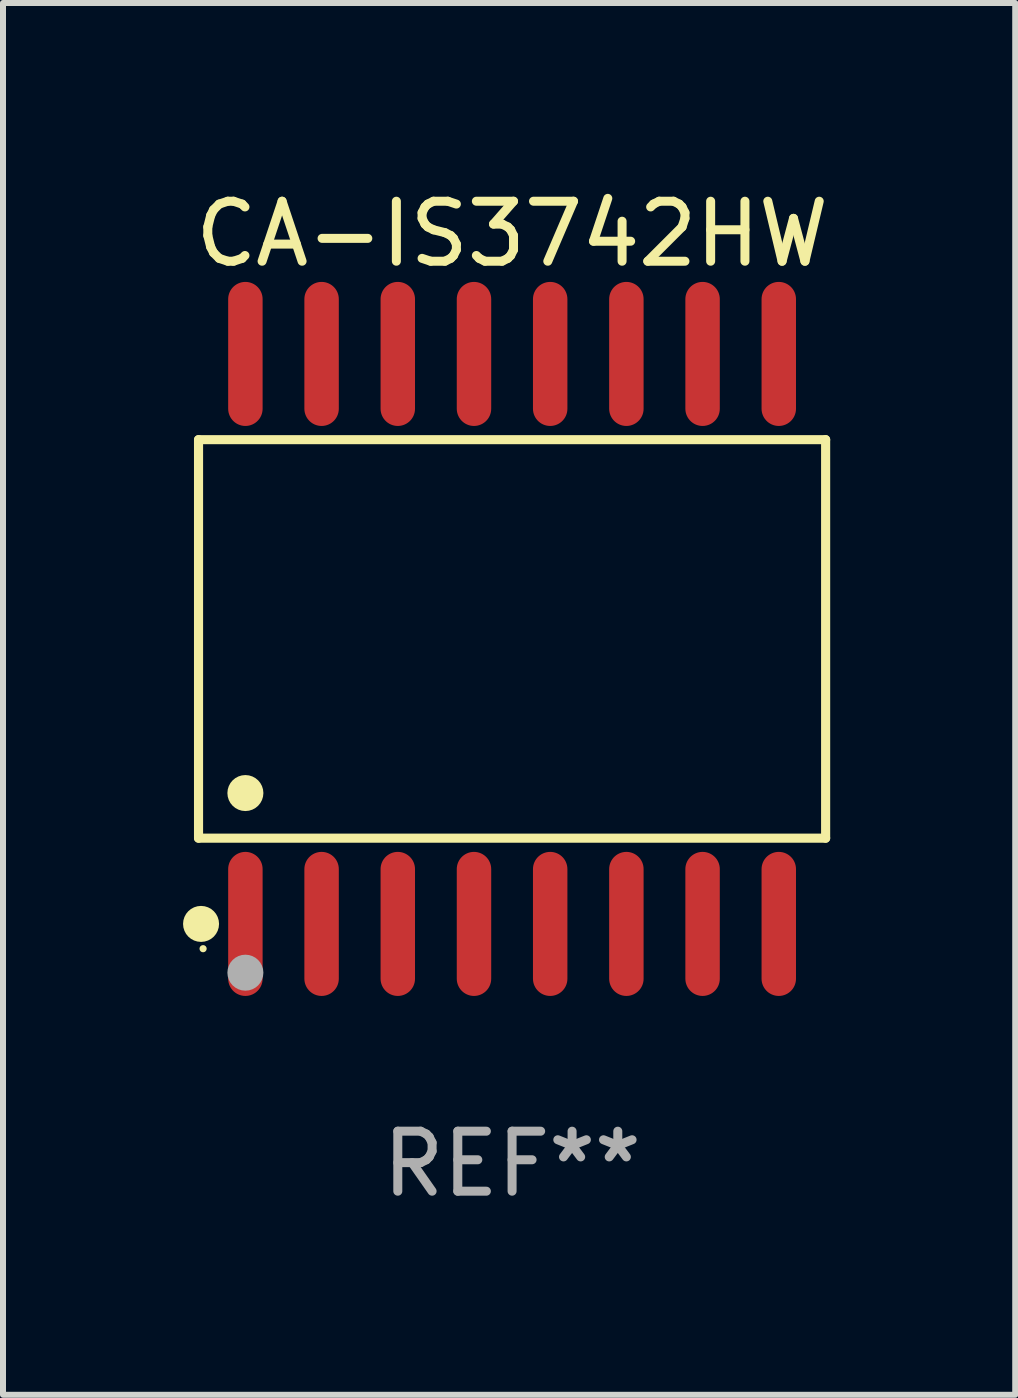
<source format=kicad_pcb>
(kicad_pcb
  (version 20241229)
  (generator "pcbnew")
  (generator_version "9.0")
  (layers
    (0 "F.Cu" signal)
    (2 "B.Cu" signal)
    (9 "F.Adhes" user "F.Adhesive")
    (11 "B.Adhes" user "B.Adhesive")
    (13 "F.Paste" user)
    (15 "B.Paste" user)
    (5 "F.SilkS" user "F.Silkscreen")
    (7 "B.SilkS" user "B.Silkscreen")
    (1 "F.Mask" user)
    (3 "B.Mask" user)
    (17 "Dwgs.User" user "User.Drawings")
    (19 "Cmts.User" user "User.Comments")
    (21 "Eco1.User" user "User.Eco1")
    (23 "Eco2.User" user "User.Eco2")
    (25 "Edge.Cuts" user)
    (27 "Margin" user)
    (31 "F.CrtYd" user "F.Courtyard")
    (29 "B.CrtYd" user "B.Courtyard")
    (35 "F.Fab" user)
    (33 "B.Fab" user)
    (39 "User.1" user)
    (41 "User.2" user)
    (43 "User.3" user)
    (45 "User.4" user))
  (footprint "CA-IS3742HW"
    (layer "F.Cu")
    (at 5.485 7.599)
    (property "Reference" "CA-IS3742HW" (at 0 -6.75 0) (layer "F.SilkS") (effects (font (size 1 1) (thickness 0.15))))
    (attr through_hole)
    (fp_line (start -5.226 -3.321) (end 5.226 -3.321) (stroke (width 0.152) (type solid)) (layer "F.SilkS"))
    (fp_line (start -5.226 3.321) (end -5.226 -3.321) (stroke (width 0.152) (type solid)) (layer "F.SilkS"))
    (fp_line (start 5.226 -3.321) (end 5.226 3.321) (stroke (width 0.152) (type solid)) (layer "F.SilkS"))
    (fp_line (start 5.226 3.321) (end -5.226 3.321) (stroke (width 0.152) (type solid)) (layer "F.SilkS"))
    (fp_circle (center -5.184 4.75) (end -5.034 4.75) (stroke (width 0.3) (type solid)) (fill no) (layer "F.SilkS"))
    (fp_circle (center -5.15 5.163) (end -5.12 5.163) (stroke (width 0.06) (type solid)) (fill no) (layer "F.SilkS"))
    (fp_circle (center -4.445 2.569) (end -4.295 2.569) (stroke (width 0.3) (type solid)) (fill no) (layer "F.SilkS"))
    (fp_circle (center -4.445 5.563) (end -4.295 5.563) (stroke (width 0.3) (type solid)) (fill no) (layer "F.Fab"))
    (fp_text user "REF**" (at 0 8.75 0) (layer "F.Fab") (effects (font (size 1 1) (thickness 0.15))))
    (pad "1" smd oval (at -4.445 4.75) (size 0.574 2.401) (layers "F.Cu" "F.Mask" "F.Paste"))
    (pad "2" smd oval (at -3.175 4.75) (size 0.574 2.401) (layers "F.Cu" "F.Mask" "F.Paste"))
    (pad "3" smd oval (at -1.905 4.75) (size 0.574 2.401) (layers "F.Cu" "F.Mask" "F.Paste"))
    (pad "4" smd oval (at -0.635 4.75) (size 0.574 2.401) (layers "F.Cu" "F.Mask" "F.Paste"))
    (pad "5" smd oval (at 0.635 4.75) (size 0.574 2.401) (layers "F.Cu" "F.Mask" "F.Paste"))
    (pad "6" smd oval (at 1.905 4.75) (size 0.574 2.401) (layers "F.Cu" "F.Mask" "F.Paste"))
    (pad "7" smd oval (at 3.175 4.75) (size 0.574 2.401) (layers "F.Cu" "F.Mask" "F.Paste"))
    (pad "8" smd oval (at 4.445 4.75) (size 0.574 2.401) (layers "F.Cu" "F.Mask" "F.Paste"))
    (pad "9" smd oval (at 4.445 -4.75) (size 0.574 2.401) (layers "F.Cu" "F.Mask" "F.Paste"))
    (pad "10" smd oval (at 3.175 -4.75) (size 0.574 2.401) (layers "F.Cu" "F.Mask" "F.Paste"))
    (pad "11" smd oval (at 1.905 -4.75) (size 0.574 2.401) (layers "F.Cu" "F.Mask" "F.Paste"))
    (pad "12" smd oval (at 0.635 -4.75) (size 0.574 2.401) (layers "F.Cu" "F.Mask" "F.Paste"))
    (pad "13" smd oval (at -0.635 -4.75) (size 0.574 2.401) (layers "F.Cu" "F.Mask" "F.Paste"))
    (pad "14" smd oval (at -1.905 -4.75) (size 0.574 2.401) (layers "F.Cu" "F.Mask" "F.Paste"))
    (pad "15" smd oval (at -3.175 -4.75) (size 0.574 2.401) (layers "F.Cu" "F.Mask" "F.Paste"))
    (pad "16" smd oval (at -4.445 -4.75) (size 0.574 2.401) (layers "F.Cu" "F.Mask" "F.Paste")))
  (gr_rect
    (start -3 -3)
    (end 13.871 20.197)
    (stroke (width 0.1) (type default))
    (fill no)
    (layer "Edge.Cuts")))
</source>
